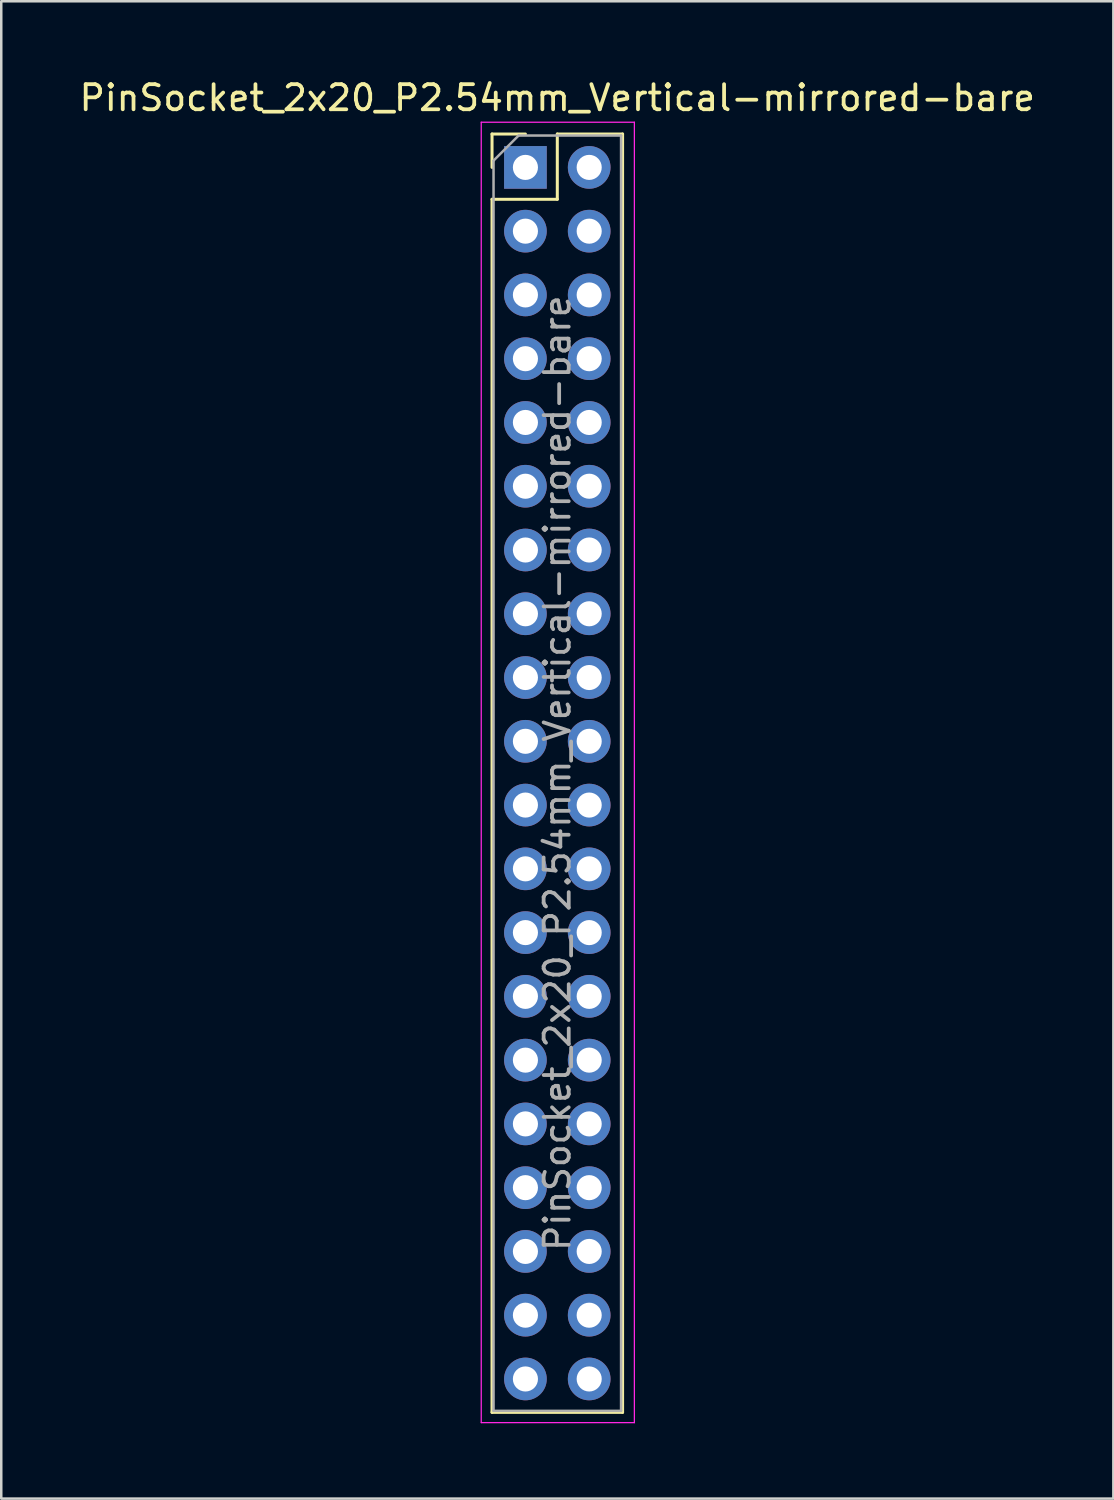
<source format=kicad_pcb>
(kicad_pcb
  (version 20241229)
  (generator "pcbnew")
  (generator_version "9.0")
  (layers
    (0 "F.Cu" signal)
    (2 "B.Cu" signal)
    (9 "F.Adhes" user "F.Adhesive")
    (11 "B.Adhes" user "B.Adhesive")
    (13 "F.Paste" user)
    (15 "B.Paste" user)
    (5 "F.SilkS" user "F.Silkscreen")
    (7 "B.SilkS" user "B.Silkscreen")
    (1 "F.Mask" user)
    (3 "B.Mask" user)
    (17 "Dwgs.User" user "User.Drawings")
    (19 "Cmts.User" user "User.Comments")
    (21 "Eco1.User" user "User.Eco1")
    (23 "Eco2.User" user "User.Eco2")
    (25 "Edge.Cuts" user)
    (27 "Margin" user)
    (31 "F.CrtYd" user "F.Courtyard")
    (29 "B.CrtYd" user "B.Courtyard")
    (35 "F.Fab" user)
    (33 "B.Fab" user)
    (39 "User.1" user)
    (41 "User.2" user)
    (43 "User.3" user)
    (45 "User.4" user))
  (footprint "PinSocket_2x20_P2.54mm_Vertical-mirrored-bare"
    (layer "F.Cu")
    (at 20.419 3.618)
    (property "Reference" "PinSocket_2x20_P2.54mm_Vertical-mirrored-bare" (at -1.27 -2.77 0) (layer "F.SilkS") (effects (font (size 1 1) (thickness 0.15))))
    (attr through_hole)
    (fp_line (start -3.87 -1.33) (end -3.87 0) (stroke (width 0.12) (type solid)) (layer "F.SilkS"))
    (fp_line (start -3.87 1.27) (end -3.87 49.59) (stroke (width 0.12) (type solid)) (layer "F.SilkS"))
    (fp_line (start -2.54 -1.33) (end -3.87 -1.33) (stroke (width 0.12) (type solid)) (layer "F.SilkS"))
    (fp_line (start -1.27 -1.33) (end -1.27 1.27) (stroke (width 0.12) (type solid)) (layer "F.SilkS"))
    (fp_line (start -1.27 1.27) (end -3.87 1.27) (stroke (width 0.12) (type solid)) (layer "F.SilkS"))
    (fp_line (start 1.33 -1.33) (end -1.27 -1.33) (stroke (width 0.12) (type solid)) (layer "F.SilkS"))
    (fp_line (start 1.33 -1.33) (end 1.33 49.59) (stroke (width 0.12) (type solid)) (layer "F.SilkS"))
    (fp_line (start 1.33 49.59) (end -3.87 49.59) (stroke (width 0.12) (type solid)) (layer "F.SilkS"))
    (fp_line (start -4.3 -1.8) (end -4.3 50) (stroke (width 0.05) (type solid)) (layer "F.CrtYd"))
    (fp_line (start -4.3 50) (end 1.8 50) (stroke (width 0.05) (type solid)) (layer "F.CrtYd"))
    (fp_line (start 1.8 -1.8) (end -4.3 -1.8) (stroke (width 0.05) (type solid)) (layer "F.CrtYd"))
    (fp_line (start 1.8 50) (end 1.8 -1.8) (stroke (width 0.05) (type solid)) (layer "F.CrtYd"))
    (fp_line (start -3.81 -0.27) (end -3.81 49.53) (stroke (width 0.1) (type solid)) (layer "F.Fab"))
    (fp_line (start -3.81 49.53) (end 1.27 49.53) (stroke (width 0.1) (type solid)) (layer "F.Fab"))
    (fp_line (start -2.81 -1.27) (end -3.81 -0.27) (stroke (width 0.1) (type solid)) (layer "F.Fab"))
    (fp_line (start 1.27 -1.27) (end -2.81 -1.27) (stroke (width 0.1) (type solid)) (layer "F.Fab"))
    (fp_line (start 1.27 49.53) (end 1.27 -1.27) (stroke (width 0.1) (type solid)) (layer "F.Fab"))
    (fp_text user "${REFERENCE}" (at -1.27 24.13 90) (layer "F.Fab") (effects (font (size 1 1) (thickness 0.15))))
    (pad "1" thru_hole rect (at -2.54 0) (size 1.7 1.7) (drill 1) (layers "*.Cu" "*.Mask"))
    (pad "2" thru_hole oval (at 0 0) (size 1.7 1.7) (drill 1) (layers "*.Cu" "*.Mask"))
    (pad "3" thru_hole oval (at -2.54 2.54) (size 1.7 1.7) (drill 1) (layers "*.Cu" "*.Mask"))
    (pad "4" thru_hole oval (at 0 2.54) (size 1.7 1.7) (drill 1) (layers "*.Cu" "*.Mask"))
    (pad "5" thru_hole oval (at -2.54 5.08) (size 1.7 1.7) (drill 1) (layers "*.Cu" "*.Mask"))
    (pad "6" thru_hole oval (at 0 5.08) (size 1.7 1.7) (drill 1) (layers "*.Cu" "*.Mask"))
    (pad "7" thru_hole oval (at -2.54 7.62) (size 1.7 1.7) (drill 1) (layers "*.Cu" "*.Mask"))
    (pad "8" thru_hole oval (at 0 7.62) (size 1.7 1.7) (drill 1) (layers "*.Cu" "*.Mask"))
    (pad "9" thru_hole oval (at -2.54 10.16) (size 1.7 1.7) (drill 1) (layers "*.Cu" "*.Mask"))
    (pad "10" thru_hole oval (at 0 10.16) (size 1.7 1.7) (drill 1) (layers "*.Cu" "*.Mask"))
    (pad "11" thru_hole oval (at -2.54 12.7) (size 1.7 1.7) (drill 1) (layers "*.Cu" "*.Mask"))
    (pad "12" thru_hole oval (at 0 12.7) (size 1.7 1.7) (drill 1) (layers "*.Cu" "*.Mask"))
    (pad "13" thru_hole oval (at -2.54 15.24) (size 1.7 1.7) (drill 1) (layers "*.Cu" "*.Mask"))
    (pad "14" thru_hole oval (at 0 15.24) (size 1.7 1.7) (drill 1) (layers "*.Cu" "*.Mask"))
    (pad "15" thru_hole oval (at -2.54 17.78) (size 1.7 1.7) (drill 1) (layers "*.Cu" "*.Mask"))
    (pad "16" thru_hole oval (at 0 17.78) (size 1.7 1.7) (drill 1) (layers "*.Cu" "*.Mask"))
    (pad "17" thru_hole oval (at -2.54 20.32) (size 1.7 1.7) (drill 1) (layers "*.Cu" "*.Mask"))
    (pad "18" thru_hole oval (at 0 20.32) (size 1.7 1.7) (drill 1) (layers "*.Cu" "*.Mask"))
    (pad "19" thru_hole oval (at -2.54 22.86) (size 1.7 1.7) (drill 1) (layers "*.Cu" "*.Mask"))
    (pad "20" thru_hole oval (at 0 22.86) (size 1.7 1.7) (drill 1) (layers "*.Cu" "*.Mask"))
    (pad "21" thru_hole oval (at -2.54 25.4) (size 1.7 1.7) (drill 1) (layers "*.Cu" "*.Mask"))
    (pad "22" thru_hole oval (at 0 25.4) (size 1.7 1.7) (drill 1) (layers "*.Cu" "*.Mask"))
    (pad "23" thru_hole oval (at -2.54 27.94) (size 1.7 1.7) (drill 1) (layers "*.Cu" "*.Mask"))
    (pad "24" thru_hole oval (at 0 27.94) (size 1.7 1.7) (drill 1) (layers "*.Cu" "*.Mask"))
    (pad "25" thru_hole oval (at -2.54 30.48) (size 1.7 1.7) (drill 1) (layers "*.Cu" "*.Mask"))
    (pad "26" thru_hole oval (at 0 30.48) (size 1.7 1.7) (drill 1) (layers "*.Cu" "*.Mask"))
    (pad "27" thru_hole oval (at -2.54 33.02) (size 1.7 1.7) (drill 1) (layers "*.Cu" "*.Mask"))
    (pad "28" thru_hole oval (at 0 33.02) (size 1.7 1.7) (drill 1) (layers "*.Cu" "*.Mask"))
    (pad "29" thru_hole oval (at -2.54 35.56) (size 1.7 1.7) (drill 1) (layers "*.Cu" "*.Mask"))
    (pad "30" thru_hole oval (at 0 35.56) (size 1.7 1.7) (drill 1) (layers "*.Cu" "*.Mask"))
    (pad "31" thru_hole oval (at -2.54 38.1) (size 1.7 1.7) (drill 1) (layers "*.Cu" "*.Mask"))
    (pad "32" thru_hole oval (at 0 38.1) (size 1.7 1.7) (drill 1) (layers "*.Cu" "*.Mask"))
    (pad "33" thru_hole oval (at -2.54 40.64) (size 1.7 1.7) (drill 1) (layers "*.Cu" "*.Mask"))
    (pad "34" thru_hole oval (at 0 40.64) (size 1.7 1.7) (drill 1) (layers "*.Cu" "*.Mask"))
    (pad "35" thru_hole oval (at -2.54 43.18) (size 1.7 1.7) (drill 1) (layers "*.Cu" "*.Mask"))
    (pad "36" thru_hole oval (at 0 43.18) (size 1.7 1.7) (drill 1) (layers "*.Cu" "*.Mask"))
    (pad "37" thru_hole oval (at -2.54 45.72) (size 1.7 1.7) (drill 1) (layers "*.Cu" "*.Mask"))
    (pad "38" thru_hole oval (at 0 45.72) (size 1.7 1.7) (drill 1) (layers "*.Cu" "*.Mask"))
    (pad "39" thru_hole oval (at -2.54 48.26) (size 1.7 1.7) (drill 1) (layers "*.Cu" "*.Mask"))
    (pad "40" thru_hole oval (at 0 48.26) (size 1.7 1.7) (drill 1) (layers "*.Cu" "*.Mask")))
  (gr_rect
    (start -3 -3)
    (end 41.298 56.643)
    (stroke (width 0.1) (type default))
    (fill no)
    (layer "Edge.Cuts")))
</source>
